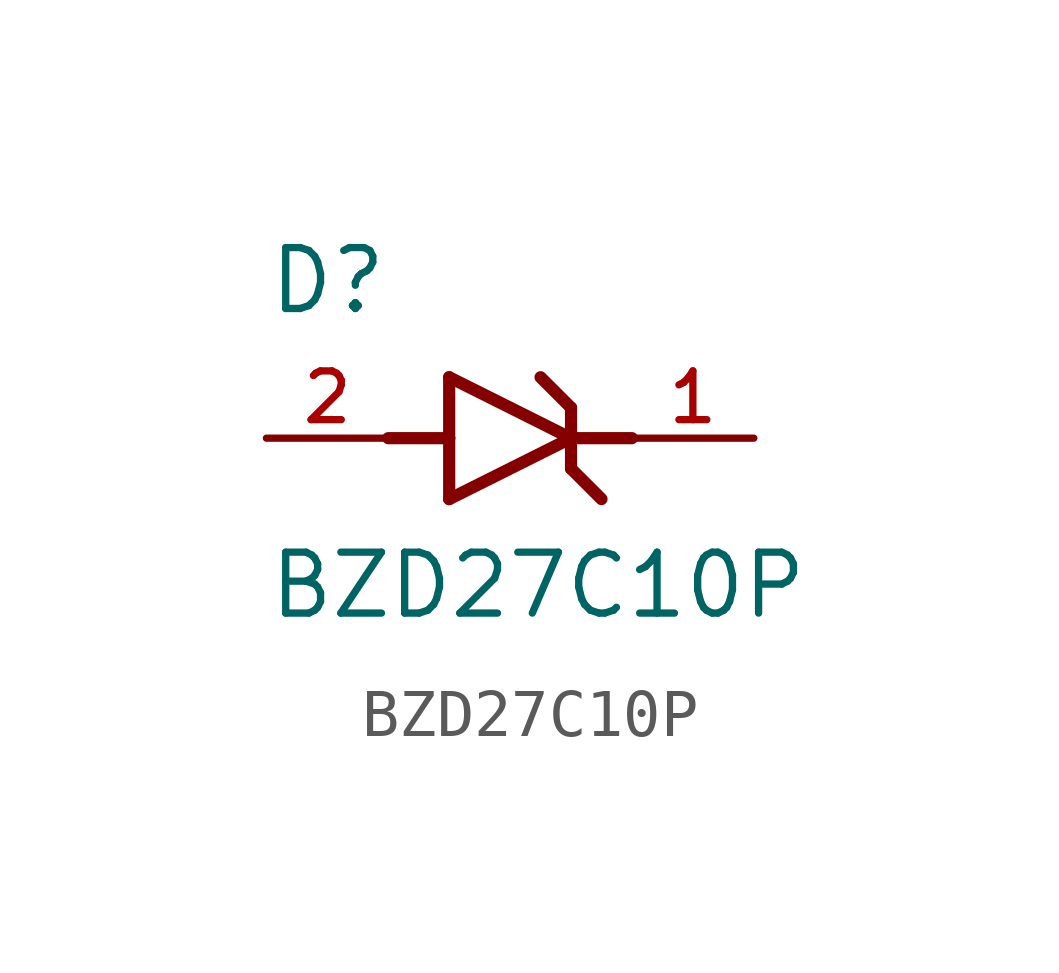
<source format=kicad_sym>
(kicad_symbol_lib
  (version 20211014)
  (generator kicad_symbol_editor)
  (symbol "BZD27C10P"
    (pin_names
      (offset 1.016))
    (property "Reference" "D"
      (at -5.08 2.54 0)
      (effects (font (size 1.27 1.27)) (justify bottom left)))
    (property "Value" "BZD27C10P"
      (at -5.08 -3.81 0)
      (effects (font (size 1.27 1.27)) (justify bottom left)))
    (symbol "BZD27C10P_0_0"
      (polyline (pts (xy -1.27 -1.27) (xy 1.27 0.0)) (stroke (width 0.254)))
      (polyline (pts (xy 1.27 0.0) (xy -1.27 1.27)) (stroke (width 0.254)))
      (polyline (pts (xy 1.27 0.635) (xy 1.27 0.0)) (stroke (width 0.254)))
      (polyline (pts (xy -1.27 1.27) (xy -1.27 0.0)) (stroke (width 0.254)))
      (polyline (pts (xy -1.27 0.0) (xy -1.27 -1.27)) (stroke (width 0.254)))
      (polyline (pts (xy 1.27 0.0) (xy 1.27 -0.635)) (stroke (width 0.254)))
      (polyline (pts (xy -2.54 0.0) (xy -1.27 0.0)) (stroke (width 0.254)))
      (polyline (pts (xy 2.54 0.0) (xy 1.27 0.0)) (stroke (width 0.254)))
      (polyline (pts (xy 0.635 1.27) (xy 1.27 0.635)) (stroke (width 0.254)))
      (polyline (pts (xy 1.27 -0.635) (xy 1.905 -1.27)) (stroke (width 0.254)))
      (pin passive line (at 5.08 0.0 180.0) (length 2.54) (name "~" (effects (font (size 1.016 1.016)))) (number "1" (effects (font (size 1.016 1.016)))))
      (pin passive line (at -5.08 0.0 0) (length 2.54) (name "~" (effects (font (size 1.016 1.016)))) (number "2" (effects (font (size 1.016 1.016))))))))
</source>
